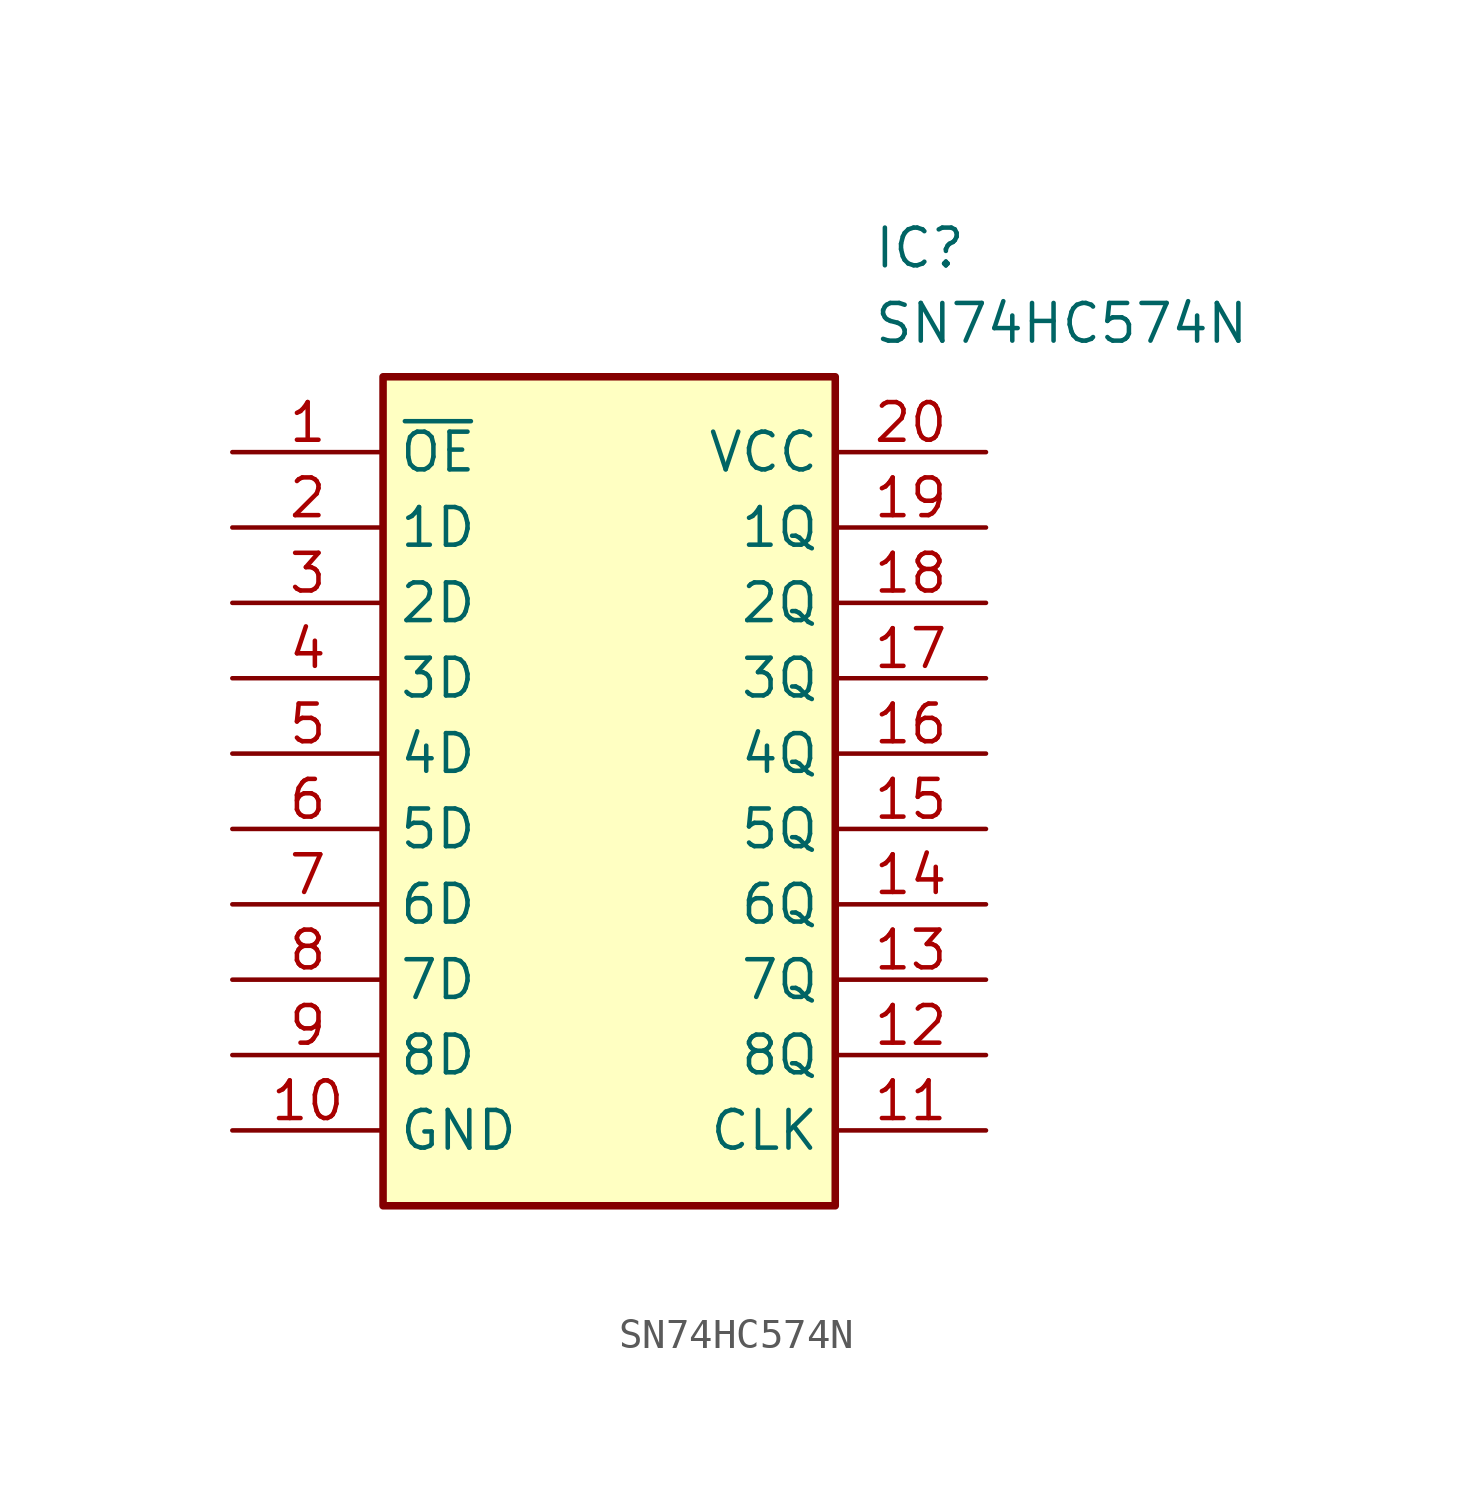
<source format=kicad_sym>
(kicad_symbol_lib
  (version 20211014)
  (generator SamacSys_ECAD_Model)
  (symbol "SN74HC574N"
    (property "Reference" "IC"
      (at 21.59 7.62 0)
      (effects (font (size 1.27 1.27)) (justify left top)))
    (property "Value" "SN74HC574N"
      (at 21.59 5.08 0)
      (effects (font (size 1.27 1.27)) (justify left top)))
    (rectangle
      (start 5.08 2.54)
      (end 20.32 -25.4)
      (stroke (width 0.254) (type default))
      (fill (type background)))
    (pin passive line
      (at 0 0 0)
      (length 5.08)
      (name "~{OE}" (effects (font (size 1.27 1.27))))
      (number "1" (effects (font (size 1.27 1.27)))))
    (pin passive line
      (at 0 -2.54 0)
      (length 5.08)
      (name "1D" (effects (font (size 1.27 1.27))))
      (number "2" (effects (font (size 1.27 1.27)))))
    (pin passive line
      (at 0 -5.08 0)
      (length 5.08)
      (name "2D" (effects (font (size 1.27 1.27))))
      (number "3" (effects (font (size 1.27 1.27)))))
    (pin passive line
      (at 0 -7.62 0)
      (length 5.08)
      (name "3D" (effects (font (size 1.27 1.27))))
      (number "4" (effects (font (size 1.27 1.27)))))
    (pin passive line
      (at 0 -10.16 0)
      (length 5.08)
      (name "4D" (effects (font (size 1.27 1.27))))
      (number "5" (effects (font (size 1.27 1.27)))))
    (pin passive line
      (at 0 -12.7 0)
      (length 5.08)
      (name "5D" (effects (font (size 1.27 1.27))))
      (number "6" (effects (font (size 1.27 1.27)))))
    (pin passive line
      (at 0 -15.24 0)
      (length 5.08)
      (name "6D" (effects (font (size 1.27 1.27))))
      (number "7" (effects (font (size 1.27 1.27)))))
    (pin passive line
      (at 0 -17.78 0)
      (length 5.08)
      (name "7D" (effects (font (size 1.27 1.27))))
      (number "8" (effects (font (size 1.27 1.27)))))
    (pin passive line
      (at 0 -20.32 0)
      (length 5.08)
      (name "8D" (effects (font (size 1.27 1.27))))
      (number "9" (effects (font (size 1.27 1.27)))))
    (pin passive line
      (at 0 -22.86 0)
      (length 5.08)
      (name "GND" (effects (font (size 1.27 1.27))))
      (number "10" (effects (font (size 1.27 1.27)))))
    (pin passive line
      (at 25.4 0 180)
      (length 5.08)
      (name "VCC" (effects (font (size 1.27 1.27))))
      (number "20" (effects (font (size 1.27 1.27)))))
    (pin passive line
      (at 25.4 -2.54 180)
      (length 5.08)
      (name "1Q" (effects (font (size 1.27 1.27))))
      (number "19" (effects (font (size 1.27 1.27)))))
    (pin passive line
      (at 25.4 -5.08 180)
      (length 5.08)
      (name "2Q" (effects (font (size 1.27 1.27))))
      (number "18" (effects (font (size 1.27 1.27)))))
    (pin passive line
      (at 25.4 -7.62 180)
      (length 5.08)
      (name "3Q" (effects (font (size 1.27 1.27))))
      (number "17" (effects (font (size 1.27 1.27)))))
    (pin passive line
      (at 25.4 -10.16 180)
      (length 5.08)
      (name "4Q" (effects (font (size 1.27 1.27))))
      (number "16" (effects (font (size 1.27 1.27)))))
    (pin passive line
      (at 25.4 -12.7 180)
      (length 5.08)
      (name "5Q" (effects (font (size 1.27 1.27))))
      (number "15" (effects (font (size 1.27 1.27)))))
    (pin passive line
      (at 25.4 -15.24 180)
      (length 5.08)
      (name "6Q" (effects (font (size 1.27 1.27))))
      (number "14" (effects (font (size 1.27 1.27)))))
    (pin passive line
      (at 25.4 -17.78 180)
      (length 5.08)
      (name "7Q" (effects (font (size 1.27 1.27))))
      (number "13" (effects (font (size 1.27 1.27)))))
    (pin passive line
      (at 25.4 -20.32 180)
      (length 5.08)
      (name "8Q" (effects (font (size 1.27 1.27))))
      (number "12" (effects (font (size 1.27 1.27)))))
    (pin passive line
      (at 25.4 -22.86 180)
      (length 5.08)
      (name "CLK" (effects (font (size 1.27 1.27))))
      (number "11" (effects (font (size 1.27 1.27)))))))
</source>
